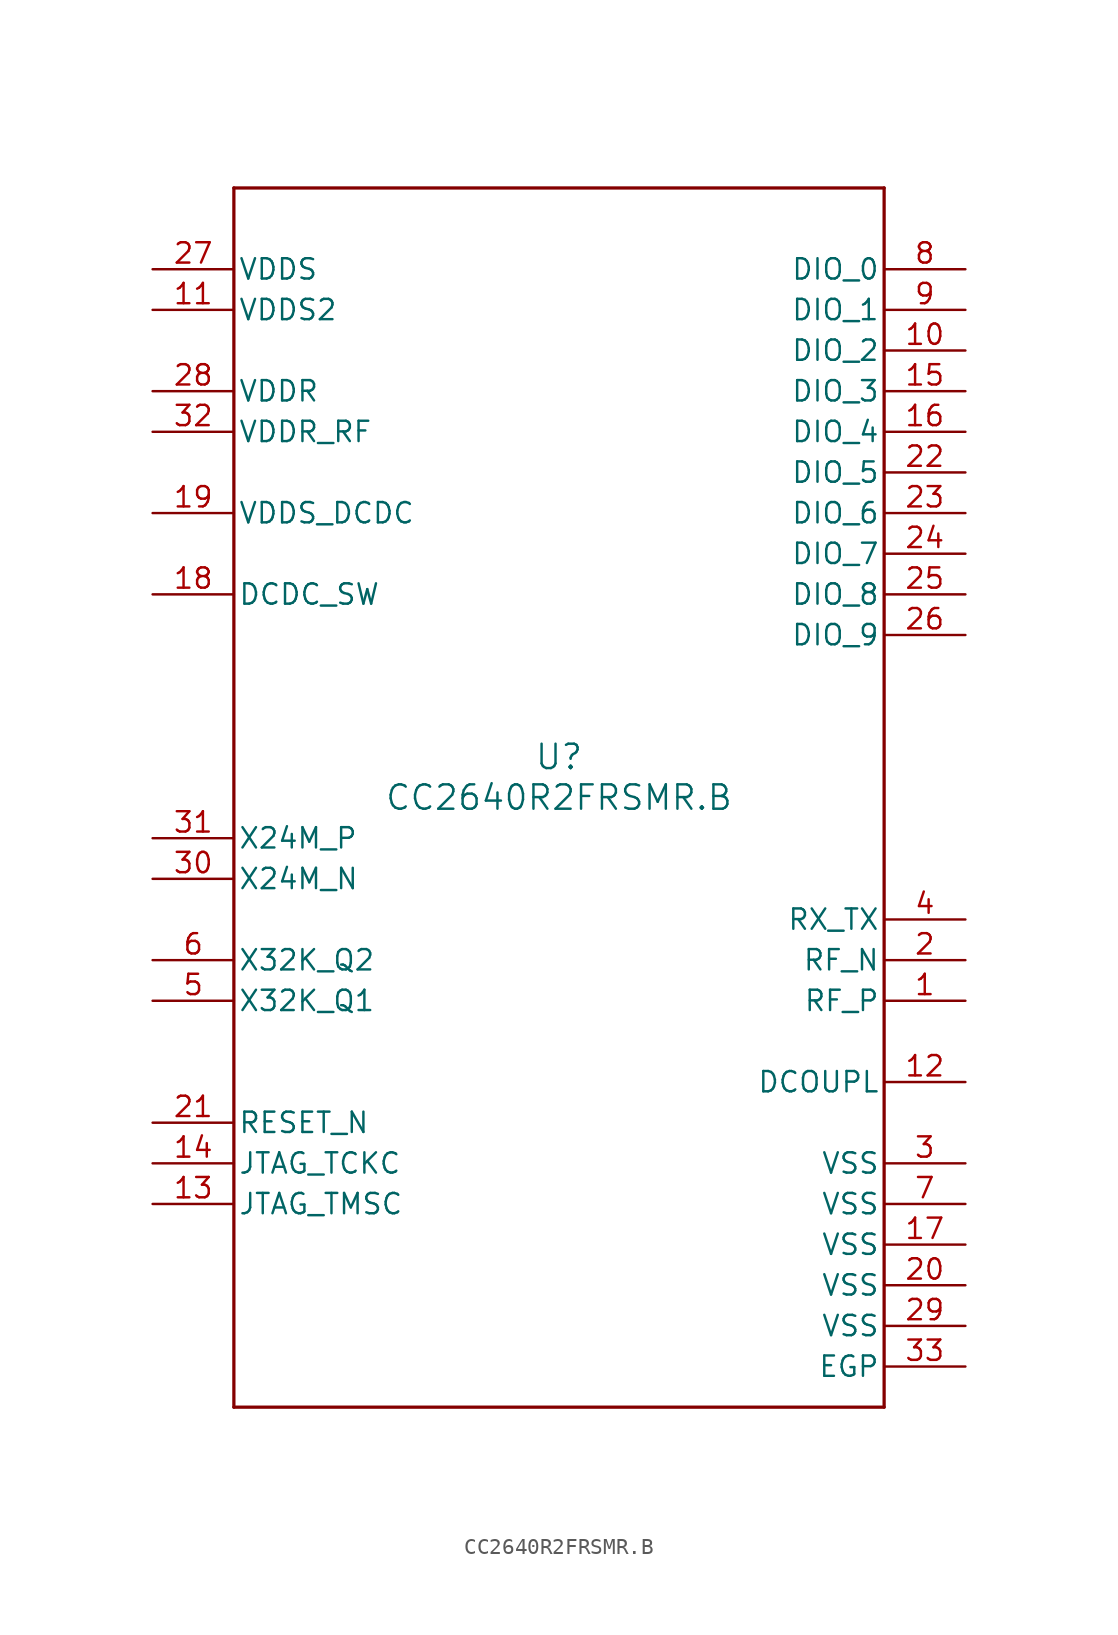
<source format=kicad_sym>
(kicad_symbol_lib
  (version 20241209)
  (generator "kicad_symbol_editor")
  (generator_version "9.0")
  (symbol "CC2640R2FRSMR.B"
    (pin_names
      (offset 0.254))
    (property "Reference" "U"
      (at 0 2.54 0)
      (effects (font (size 1.524 1.524))))
    (property "Value" "CC2640R2FRSMR.B"
      (at 0 0 0)
      (effects (font (size 1.524 1.524))))
    (property "ki_locked" ""
      (at 0 0 0)
      (effects (font (size 1.27 1.27))))
    (symbol "CC2640R2FRSMR.B_0_1"
      (polyline (pts (xy -20.32 38.1) (xy -20.32 -38.1)) (stroke (width 0.203) (type default)) (fill (type none)))
      (polyline (pts (xy -20.32 -38.1) (xy 20.32 -38.1)) (stroke (width 0.203) (type default)) (fill (type none)))
      (polyline (pts (xy 20.32 38.1) (xy -20.32 38.1)) (stroke (width 0.203) (type default)) (fill (type none)))
      (polyline (pts (xy 20.32 -38.1) (xy 20.32 38.1)) (stroke (width 0.203) (type default)) (fill (type none)))
      (pin power_in line (at -25.4 33.02 0) (length 5.08) (name "VDDS" (effects (font (size 1.27 1.27)))) (number "27" (effects (font (size 1.27 1.27)))))
      (pin power_in line (at -25.4 30.48 0) (length 5.08) (name "VDDS2" (effects (font (size 1.27 1.27)))) (number "11" (effects (font (size 1.27 1.27)))))
      (pin power_in line (at -25.4 25.4 0) (length 5.08) (name "VDDR" (effects (font (size 1.27 1.27)))) (number "28" (effects (font (size 1.27 1.27)))))
      (pin power_in line (at -25.4 22.86 0) (length 5.08) (name "VDDR_RF" (effects (font (size 1.27 1.27)))) (number "32" (effects (font (size 1.27 1.27)))))
      (pin power_in line (at -25.4 17.78 0) (length 5.08) (name "VDDS_DCDC" (effects (font (size 1.27 1.27)))) (number "19" (effects (font (size 1.27 1.27)))))
      (pin power_in line (at -25.4 12.7 0) (length 5.08) (name "DCDC_SW" (effects (font (size 1.27 1.27)))) (number "18" (effects (font (size 1.27 1.27)))))
      (pin unspecified line (at -25.4 -2.54 0) (length 5.08) (name "X24M_P" (effects (font (size 1.27 1.27)))) (number "31" (effects (font (size 1.27 1.27)))))
      (pin unspecified line (at -25.4 -5.08 0) (length 5.08) (name "X24M_N" (effects (font (size 1.27 1.27)))) (number "30" (effects (font (size 1.27 1.27)))))
      (pin output line (at -25.4 -10.16 0) (length 5.08) (name "X32K_Q2" (effects (font (size 1.27 1.27)))) (number "6" (effects (font (size 1.27 1.27)))))
      (pin output line (at -25.4 -12.7 0) (length 5.08) (name "X32K_Q1" (effects (font (size 1.27 1.27)))) (number "5" (effects (font (size 1.27 1.27)))))
      (pin input line (at -25.4 -20.32 0) (length 5.08) (name "RESET_N" (effects (font (size 1.27 1.27)))) (number "21" (effects (font (size 1.27 1.27)))))
      (pin unspecified line (at -25.4 -22.86 0) (length 5.08) (name "JTAG_TCKC" (effects (font (size 1.27 1.27)))) (number "14" (effects (font (size 1.27 1.27)))))
      (pin unspecified line (at -25.4 -25.4 0) (length 5.08) (name "JTAG_TMSC" (effects (font (size 1.27 1.27)))) (number "13" (effects (font (size 1.27 1.27)))))
      (pin bidirectional line (at 25.4 33.02 180) (length 5.08) (name "DIO_0" (effects (font (size 1.27 1.27)))) (number "8" (effects (font (size 1.27 1.27)))))
      (pin bidirectional line (at 25.4 30.48 180) (length 5.08) (name "DIO_1" (effects (font (size 1.27 1.27)))) (number "9" (effects (font (size 1.27 1.27)))))
      (pin bidirectional line (at 25.4 27.94 180) (length 5.08) (name "DIO_2" (effects (font (size 1.27 1.27)))) (number "10" (effects (font (size 1.27 1.27)))))
      (pin bidirectional line (at 25.4 25.4 180) (length 5.08) (name "DIO_3" (effects (font (size 1.27 1.27)))) (number "15" (effects (font (size 1.27 1.27)))))
      (pin bidirectional line (at 25.4 22.86 180) (length 5.08) (name "DIO_4" (effects (font (size 1.27 1.27)))) (number "16" (effects (font (size 1.27 1.27)))))
      (pin bidirectional line (at 25.4 20.32 180) (length 5.08) (name "DIO_5" (effects (font (size 1.27 1.27)))) (number "22" (effects (font (size 1.27 1.27)))))
      (pin bidirectional line (at 25.4 17.78 180) (length 5.08) (name "DIO_6" (effects (font (size 1.27 1.27)))) (number "23" (effects (font (size 1.27 1.27)))))
      (pin bidirectional line (at 25.4 15.24 180) (length 5.08) (name "DIO_7" (effects (font (size 1.27 1.27)))) (number "24" (effects (font (size 1.27 1.27)))))
      (pin bidirectional line (at 25.4 12.7 180) (length 5.08) (name "DIO_8" (effects (font (size 1.27 1.27)))) (number "25" (effects (font (size 1.27 1.27)))))
      (pin bidirectional line (at 25.4 10.16 180) (length 5.08) (name "DIO_9" (effects (font (size 1.27 1.27)))) (number "26" (effects (font (size 1.27 1.27)))))
      (pin input line (at 25.4 -7.62 180) (length 5.08) (name "RX_TX" (effects (font (size 1.27 1.27)))) (number "4" (effects (font (size 1.27 1.27)))))
      (pin bidirectional line (at 25.4 -10.16 180) (length 5.08) (name "RF_N" (effects (font (size 1.27 1.27)))) (number "2" (effects (font (size 1.27 1.27)))))
      (pin bidirectional line (at 25.4 -12.7 180) (length 5.08) (name "RF_P" (effects (font (size 1.27 1.27)))) (number "1" (effects (font (size 1.27 1.27)))))
      (pin unspecified line (at 25.4 -17.78 180) (length 5.08) (name "DCOUPL" (effects (font (size 1.27 1.27)))) (number "12" (effects (font (size 1.27 1.27)))))
      (pin power_in line (at 25.4 -22.86 180) (length 5.08) (name "VSS" (effects (font (size 1.27 1.27)))) (number "3" (effects (font (size 1.27 1.27)))))
      (pin power_in line (at 25.4 -25.4 180) (length 5.08) (name "VSS" (effects (font (size 1.27 1.27)))) (number "7" (effects (font (size 1.27 1.27)))))
      (pin power_in line (at 25.4 -27.94 180) (length 5.08) (name "VSS" (effects (font (size 1.27 1.27)))) (number "17" (effects (font (size 1.27 1.27)))))
      (pin power_in line (at 25.4 -30.48 180) (length 5.08) (name "VSS" (effects (font (size 1.27 1.27)))) (number "20" (effects (font (size 1.27 1.27)))))
      (pin power_in line (at 25.4 -33.02 180) (length 5.08) (name "VSS" (effects (font (size 1.27 1.27)))) (number "29" (effects (font (size 1.27 1.27)))))
      (pin power_in line (at 25.4 -35.56 180) (length 5.08) (name "EGP" (effects (font (size 1.27 1.27)))) (number "33" (effects (font (size 1.27 1.27))))))))
</source>
